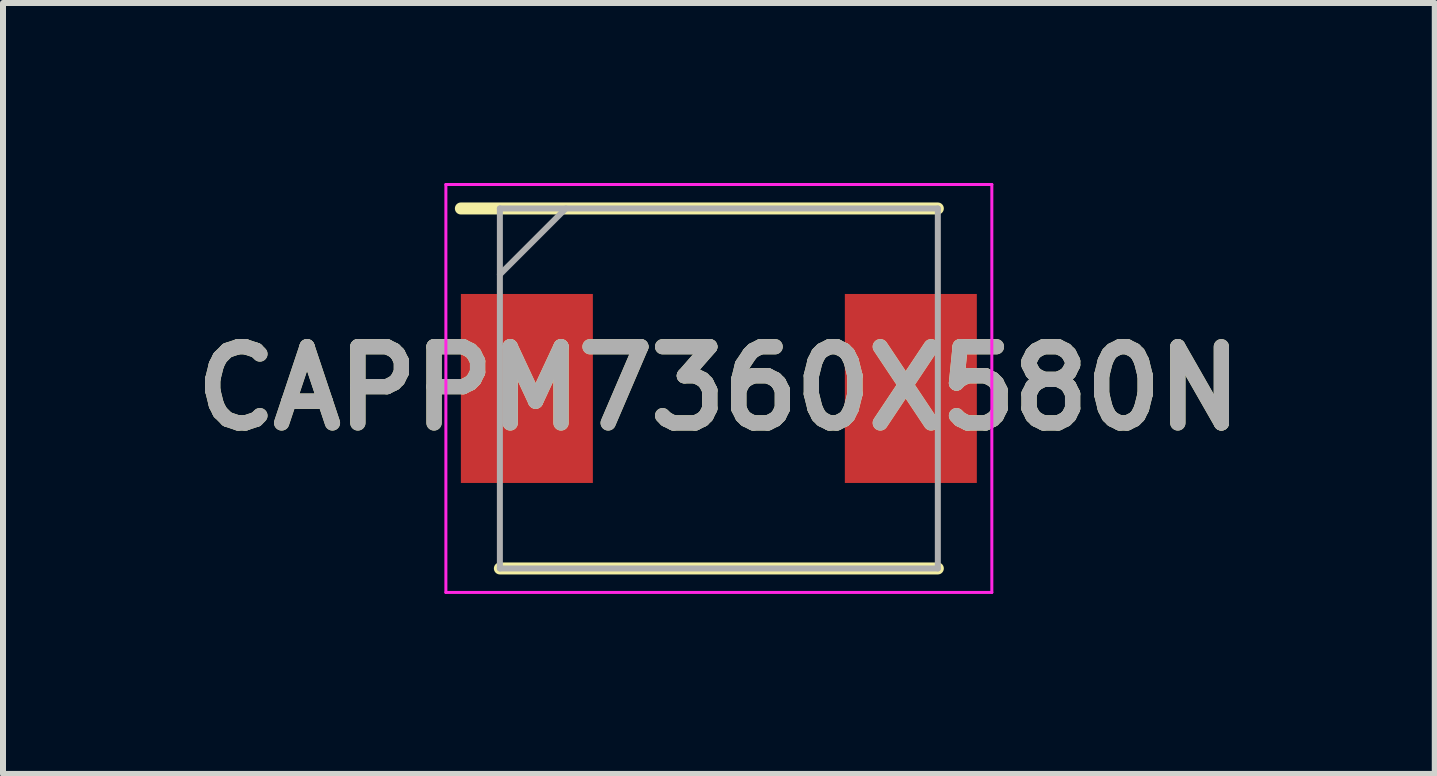
<source format=kicad_pcb>
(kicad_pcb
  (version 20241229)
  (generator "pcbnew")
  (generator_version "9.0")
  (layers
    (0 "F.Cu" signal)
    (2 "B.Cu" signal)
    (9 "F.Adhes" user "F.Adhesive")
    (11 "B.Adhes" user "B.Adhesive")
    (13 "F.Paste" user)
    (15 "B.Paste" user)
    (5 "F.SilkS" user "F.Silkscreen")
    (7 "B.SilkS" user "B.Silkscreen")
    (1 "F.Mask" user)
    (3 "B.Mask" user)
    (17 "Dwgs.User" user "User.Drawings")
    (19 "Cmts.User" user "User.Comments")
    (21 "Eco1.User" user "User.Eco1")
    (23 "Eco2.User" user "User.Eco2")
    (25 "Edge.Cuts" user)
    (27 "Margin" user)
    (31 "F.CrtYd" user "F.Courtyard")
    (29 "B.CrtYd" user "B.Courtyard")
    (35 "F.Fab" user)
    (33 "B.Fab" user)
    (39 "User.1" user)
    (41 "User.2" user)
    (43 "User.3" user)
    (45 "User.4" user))
  (footprint "CAPPM7360X580N"
    (layer "F.Cu")
    (at 8.932 3.425)
    (property "Reference" "CAPPM7360X580N" (at 0 0 0) (layer "F.SilkS") (effects (font (size 1.27 1.27) (thickness 0.254))))
    (attr smd)
    (fp_line (start -3.65 3) (end 3.65 3) (stroke (width 0.2) (type solid)) (layer "F.SilkS"))
    (fp_line (start 3.65 -3) (end -4.3 -3) (stroke (width 0.2) (type solid)) (layer "F.SilkS"))
    (fp_line (start -4.55 -3.4) (end 4.55 -3.4) (stroke (width 0.05) (type solid)) (layer "F.CrtYd"))
    (fp_line (start -4.55 3.4) (end -4.55 -3.4) (stroke (width 0.05) (type solid)) (layer "F.CrtYd"))
    (fp_line (start 4.55 -3.4) (end 4.55 3.4) (stroke (width 0.05) (type solid)) (layer "F.CrtYd"))
    (fp_line (start 4.55 3.4) (end -4.55 3.4) (stroke (width 0.05) (type solid)) (layer "F.CrtYd"))
    (fp_line (start -3.65 -3) (end 3.65 -3) (stroke (width 0.1) (type solid)) (layer "F.Fab"))
    (fp_line (start -3.65 -1.9) (end -2.55 -3) (stroke (width 0.1) (type solid)) (layer "F.Fab"))
    (fp_line (start -3.65 3) (end -3.65 -3) (stroke (width 0.1) (type solid)) (layer "F.Fab"))
    (fp_line (start 3.65 -3) (end 3.65 3) (stroke (width 0.1) (type solid)) (layer "F.Fab"))
    (fp_line (start 3.65 3) (end -3.65 3) (stroke (width 0.1) (type solid)) (layer "F.Fab"))
    (fp_text user "${REFERENCE}" (at 0 0 0) (layer "F.Fab") (effects (font (size 1.27 1.27) (thickness 0.254))))
    (pad "1" smd rect (at -3.2 0) (size 2.2 3.15) (layers "F.Cu" "F.Mask" "F.Paste"))
    (pad "2" smd rect (at 3.2 0) (size 2.2 3.15) (layers "F.Cu" "F.Mask" "F.Paste")))
  (gr_rect
    (start -3 -3)
    (end 20.865 9.85)
    (stroke (width 0.1) (type default))
    (fill no)
    (layer "Edge.Cuts")))
</source>
